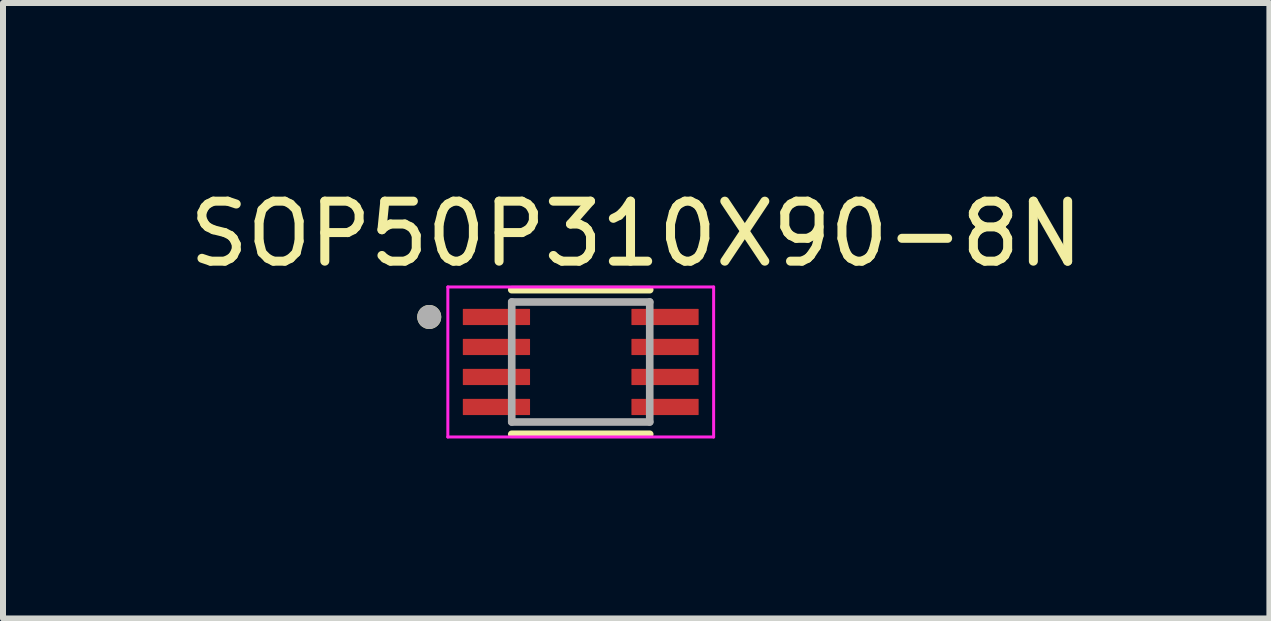
<source format=kicad_pcb>
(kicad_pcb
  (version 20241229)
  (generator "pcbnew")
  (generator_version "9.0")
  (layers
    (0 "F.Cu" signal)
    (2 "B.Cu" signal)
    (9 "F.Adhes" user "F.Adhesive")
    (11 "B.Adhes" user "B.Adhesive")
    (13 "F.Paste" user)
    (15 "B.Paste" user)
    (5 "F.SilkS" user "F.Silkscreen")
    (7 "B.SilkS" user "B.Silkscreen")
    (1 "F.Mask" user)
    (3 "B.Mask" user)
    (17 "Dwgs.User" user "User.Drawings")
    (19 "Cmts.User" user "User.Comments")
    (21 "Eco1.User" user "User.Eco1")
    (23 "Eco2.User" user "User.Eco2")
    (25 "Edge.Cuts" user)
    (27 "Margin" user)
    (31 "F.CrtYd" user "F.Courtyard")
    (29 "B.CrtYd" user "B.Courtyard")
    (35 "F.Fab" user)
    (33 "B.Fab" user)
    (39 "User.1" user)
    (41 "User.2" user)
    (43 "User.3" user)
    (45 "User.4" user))
  (footprint "SOP50P310X90-8N"
    (layer "F.Cu")
    (at 6.629 2.983)
    (property "Reference" "SOP50P310X90-8N" (at 0.925 -2.135 0) (layer "F.SilkS") (effects (font (size 1 1) (thickness 0.15))))
    (attr smd)
    (fp_line (start -1.15 -1.205) (end 1.15 -1.205) (stroke (width 0.127) (type solid)) (layer "F.SilkS"))
    (fp_line (start -1.15 1.205) (end 1.15 1.205) (stroke (width 0.127) (type solid)) (layer "F.SilkS"))
    (fp_circle (center -2.525 -0.75) (end -2.425 -0.75) (stroke (width 0.2) (type solid)) (fill no) (layer "F.SilkS"))
    (fp_line (start -2.215 -1.25) (end -2.215 1.25) (stroke (width 0.05) (type solid)) (layer "F.CrtYd"))
    (fp_line (start -2.215 -1.25) (end 2.215 -1.25) (stroke (width 0.05) (type solid)) (layer "F.CrtYd"))
    (fp_line (start -2.215 1.25) (end 2.215 1.25) (stroke (width 0.05) (type solid)) (layer "F.CrtYd"))
    (fp_line (start 2.215 -1.25) (end 2.215 1.25) (stroke (width 0.05) (type solid)) (layer "F.CrtYd"))
    (fp_line (start -1.15 -1) (end -1.15 1) (stroke (width 0.127) (type solid)) (layer "F.Fab"))
    (fp_line (start -1.15 -1) (end 1.15 -1) (stroke (width 0.127) (type solid)) (layer "F.Fab"))
    (fp_line (start -1.15 1) (end 1.15 1) (stroke (width 0.127) (type solid)) (layer "F.Fab"))
    (fp_line (start 1.15 -1) (end 1.15 1) (stroke (width 0.127) (type solid)) (layer "F.Fab"))
    (fp_circle (center -2.525 -0.75) (end -2.425 -0.75) (stroke (width 0.2) (type solid)) (fill no) (layer "F.Fab"))
    (pad "1" smd roundrect (at -1.405 -0.75) (size 1.12 0.27) (layers "F.Cu" "F.Mask" "F.Paste") (roundrect_rratio 0.03))
    (pad "2" smd roundrect (at -1.405 -0.25) (size 1.12 0.27) (layers "F.Cu" "F.Mask" "F.Paste") (roundrect_rratio 0.03))
    (pad "3" smd roundrect (at -1.405 0.25) (size 1.12 0.27) (layers "F.Cu" "F.Mask" "F.Paste") (roundrect_rratio 0.03))
    (pad "4" smd roundrect (at -1.405 0.75) (size 1.12 0.27) (layers "F.Cu" "F.Mask" "F.Paste") (roundrect_rratio 0.03))
    (pad "5" smd roundrect (at 1.405 0.75) (size 1.12 0.27) (layers "F.Cu" "F.Mask" "F.Paste") (roundrect_rratio 0.03))
    (pad "6" smd roundrect (at 1.405 0.25) (size 1.12 0.27) (layers "F.Cu" "F.Mask" "F.Paste") (roundrect_rratio 0.03))
    (pad "7" smd roundrect (at 1.405 -0.25) (size 1.12 0.27) (layers "F.Cu" "F.Mask" "F.Paste") (roundrect_rratio 0.03))
    (pad "8" smd roundrect (at 1.405 -0.75) (size 1.12 0.27) (layers "F.Cu" "F.Mask" "F.Paste") (roundrect_rratio 0.03)))
  (gr_rect
    (start -3 -3)
    (end 18.107 7.258)
    (stroke (width 0.1) (type default))
    (fill no)
    (layer "Edge.Cuts")))
</source>
